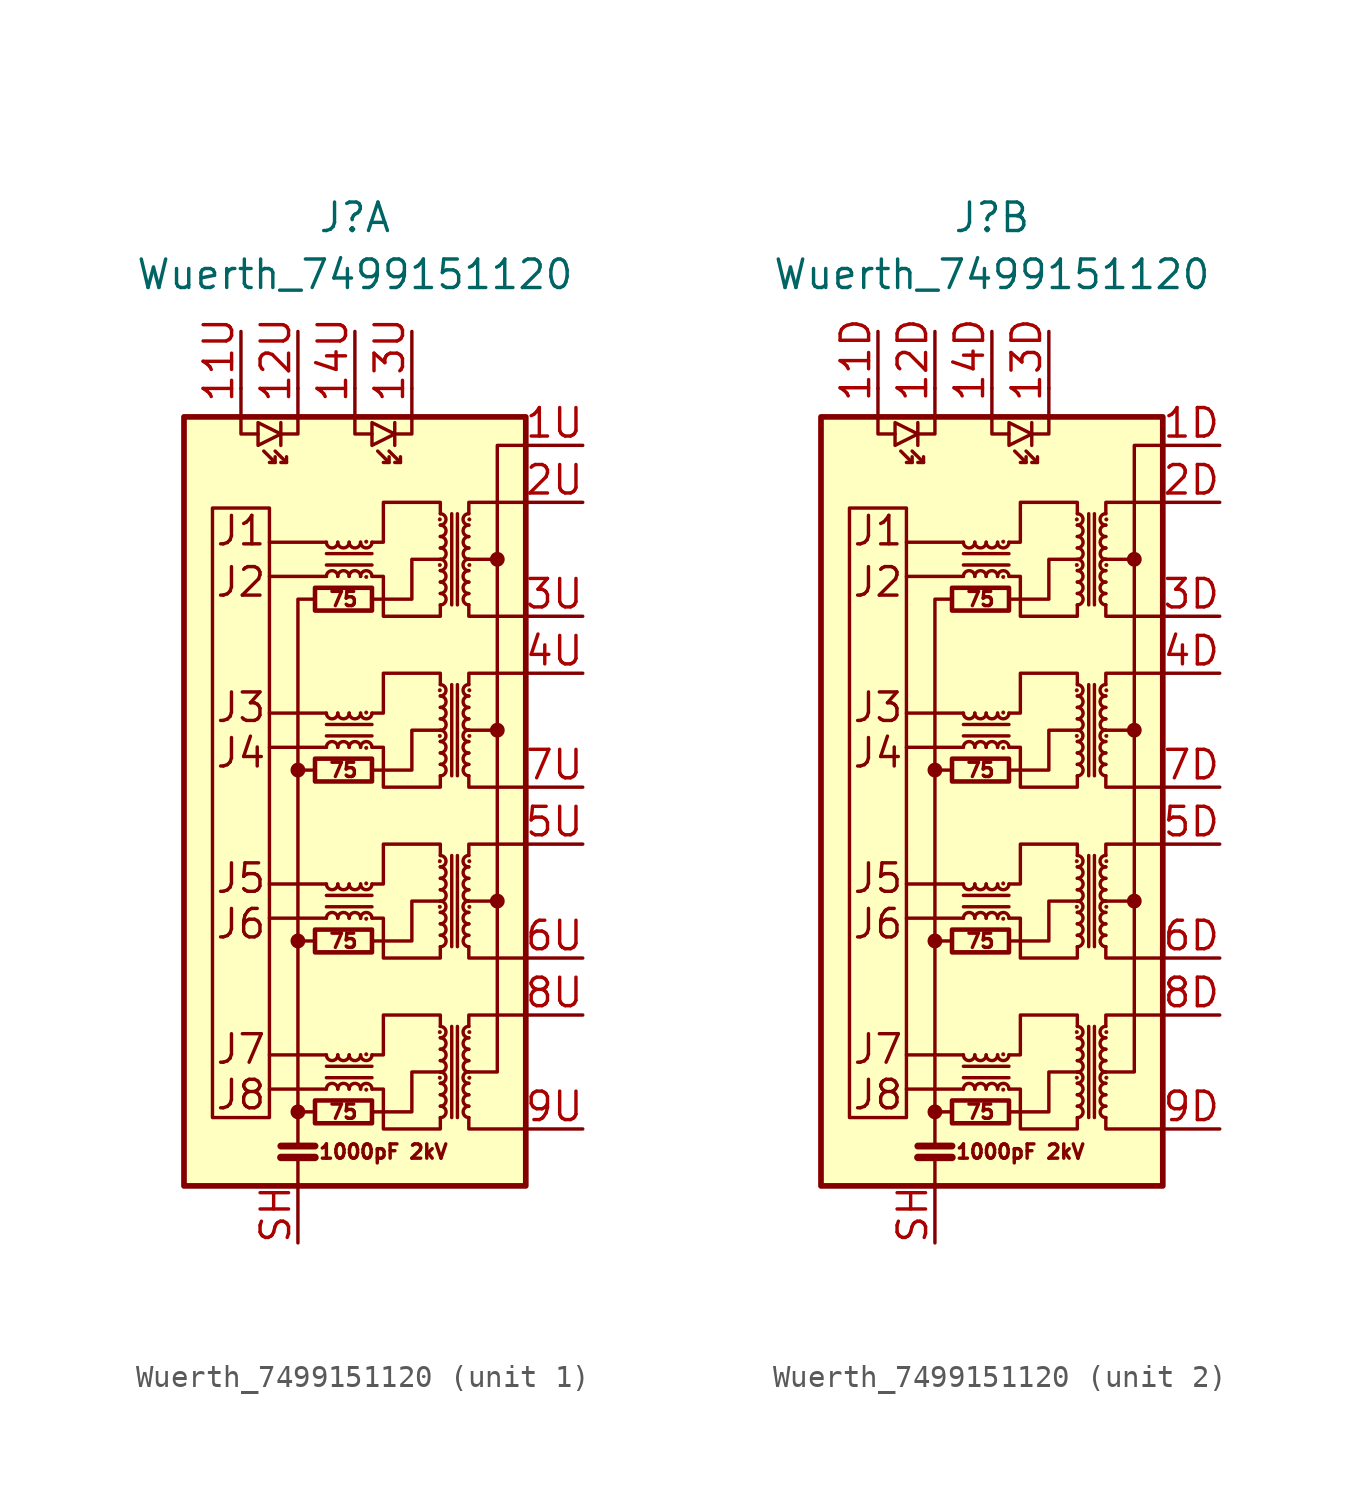
<source format=kicad_sym>
(kicad_symbol_lib
  (version 20201005)
  (generator kicad_symbol_editor)
  (symbol "Connector:Wuerth_7499151120"
    (pin_names
      (offset 0.025) hide)
    (property "Reference" "J"
      (at 0 25.4 0)
      (effects (font (size 1.27 1.27))))
    (property "Value" "Wuerth_7499151120"
      (at 0 22.86 0)
      (effects (font (size 1.27 1.27))))
    (property "ki_locked" ""
      (at 0 0 0)
      (effects (font (size 1.27 1.27))))
    (symbol "Wuerth_7499151120_0_0"
      (text "1000pF 2kV" (at 1.27 -16.256 0) (effects (font (size 0.635 0.635))))
      (text "75" (at -0.508 -14.478 0) (effects (font (size 0.635 0.635))))
      (text "75" (at -0.508 -6.858 0) (effects (font (size 0.635 0.635))))
      (text "75" (at -0.508 0.762 0) (effects (font (size 0.635 0.635))))
      (text "75" (at -0.508 8.382 0) (effects (font (size 0.635 0.635))))
      (text "J1" (at -5.08 11.43 0) (effects (font (size 1.27 1.27))))
      (text "J2" (at -5.08 9.144 0) (effects (font (size 1.27 1.27))))
      (text "J3" (at -5.08 3.556 0) (effects (font (size 1.27 1.27))))
      (text "J4" (at -5.08 1.524 0) (effects (font (size 1.27 1.27))))
      (text "J5" (at -5.08 -4.064 0) (effects (font (size 1.27 1.27))))
      (text "J6" (at -5.08 -6.096 0) (effects (font (size 1.27 1.27))))
      (text "J7" (at -5.08 -11.684 0) (effects (font (size 1.27 1.27))))
      (text "J8" (at -5.08 -13.716 0) (effects (font (size 1.27 1.27))))
      (polyline (pts (xy -1.778 -14.478) (xy -2.54 -14.478)) (stroke (width 0)) (fill (type none)))
      (polyline (pts (xy -1.27 -13.462) (xy -3.81 -13.462)) (stroke (width 0)) (fill (type none)))
      (polyline (pts (xy -1.27 -11.938) (xy -3.81 -11.938)) (stroke (width 0)) (fill (type none)))
      (polyline (pts (xy -1.27 -5.842) (xy -3.81 -5.842)) (stroke (width 0)) (fill (type none)))
      (polyline (pts (xy -1.27 -4.318) (xy -3.81 -4.318)) (stroke (width 0)) (fill (type none)))
      (polyline (pts (xy -1.27 1.778) (xy -3.81 1.778)) (stroke (width 0)) (fill (type none)))
      (polyline (pts (xy -1.27 3.302) (xy -3.81 3.302)) (stroke (width 0)) (fill (type none)))
      (polyline (pts (xy -1.27 9.398) (xy -3.81 9.398)) (stroke (width 0)) (fill (type none)))
      (polyline (pts (xy -1.27 10.922) (xy -3.81 10.922)) (stroke (width 0)) (fill (type none)))
      (polyline (pts (xy 5.08 2.54) (xy 6.35 2.54)) (stroke (width 0)) (fill (type none)))
      (polyline (pts (xy 6.35 -5.08) (xy 5.08 -5.08)) (stroke (width 0)) (fill (type none)))
      (polyline (pts (xy 6.35 10.16) (xy 5.08 10.16)) (stroke (width 0)) (fill (type none)))
      (polyline (pts (xy 0.762 -14.478) (xy 2.54 -14.478) (xy 2.54 -12.7) (xy 3.81 -12.7)) (stroke (width 0)) (fill (type none)))
      (polyline (pts (xy 0.762 -6.858) (xy 2.54 -6.858) (xy 2.54 -5.08) (xy 3.81 -5.08)) (stroke (width 0)) (fill (type none)))
      (polyline (pts (xy 0.762 0.762) (xy 2.54 0.762) (xy 2.54 2.54) (xy 3.81 2.54)) (stroke (width 0)) (fill (type none)))
      (polyline (pts (xy 0.762 8.382) (xy 2.54 8.382) (xy 2.54 10.16) (xy 3.81 10.16)) (stroke (width 0)) (fill (type none))))
    (symbol "Wuerth_7499151120_0_1"
      (arc (start -0.762 -13.462) (end -1.27 -13.462) (radius (at -1.016 -13.462) (length 0.254) (angles 0.1 179.9)) (stroke (width 0)) (fill (type none)))
      (arc (start -1.27 -11.938) (end -0.762 -11.938) (radius (at -1.016 -11.938) (length 0.254) (angles -179.9 -0.1)) (stroke (width 0)) (fill (type none)))
      (arc (start -0.762 -5.842) (end -1.27 -5.842) (radius (at -1.016 -5.842) (length 0.254) (angles 0.1 179.9)) (stroke (width 0)) (fill (type none)))
      (arc (start -1.27 -4.318) (end -0.762 -4.318) (radius (at -1.016 -4.318) (length 0.254) (angles -179.9 -0.1)) (stroke (width 0)) (fill (type none)))
      (arc (start -0.762 1.778) (end -1.27 1.778) (radius (at -1.016 1.778) (length 0.254) (angles 0.1 179.9)) (stroke (width 0)) (fill (type none)))
      (arc (start -1.27 3.302) (end -0.762 3.302) (radius (at -1.016 3.302) (length 0.254) (angles -179.9 -0.1)) (stroke (width 0)) (fill (type none)))
      (arc (start -0.762 9.398) (end -1.27 9.398) (radius (at -1.016 9.398) (length 0.254) (angles 0.1 179.9)) (stroke (width 0)) (fill (type none)))
      (arc (start -1.27 10.922) (end -0.762 10.922) (radius (at -1.016 10.922) (length 0.254) (angles -179.9 -0.1)) (stroke (width 0)) (fill (type none)))
      (arc (start -0.254 -13.462) (end -0.762 -13.462) (radius (at -0.508 -13.462) (length 0.254) (angles 0.1 179.9)) (stroke (width 0)) (fill (type none)))
      (arc (start -0.762 -11.938) (end -0.254 -11.938) (radius (at -0.508 -11.938) (length 0.254) (angles -179.9 -0.1)) (stroke (width 0)) (fill (type none)))
      (arc (start -0.254 -5.842) (end -0.762 -5.842) (radius (at -0.508 -5.842) (length 0.254) (angles 0.1 179.9)) (stroke (width 0)) (fill (type none)))
      (arc (start -0.762 -4.318) (end -0.254 -4.318) (radius (at -0.508 -4.318) (length 0.254) (angles -179.9 -0.1)) (stroke (width 0)) (fill (type none)))
      (arc (start -0.254 1.778) (end -0.762 1.778) (radius (at -0.508 1.778) (length 0.254) (angles 0.1 179.9)) (stroke (width 0)) (fill (type none)))
      (arc (start -0.762 3.302) (end -0.254 3.302) (radius (at -0.508 3.302) (length 0.254) (angles -179.9 -0.1)) (stroke (width 0)) (fill (type none)))
      (arc (start -0.254 9.398) (end -0.762 9.398) (radius (at -0.508 9.398) (length 0.254) (angles 0.1 179.9)) (stroke (width 0)) (fill (type none)))
      (arc (start -0.762 10.922) (end -0.254 10.922) (radius (at -0.508 10.922) (length 0.254) (angles -179.9 -0.1)) (stroke (width 0)) (fill (type none)))
      (arc (start 0.254 -13.462) (end -0.254 -13.462) (radius (at 0 -13.462) (length 0.254) (angles 0.1 179.9)) (stroke (width 0)) (fill (type none)))
      (arc (start -0.254 -11.938) (end 0.254 -11.938) (radius (at 0 -11.938) (length 0.254) (angles -179.9 -0.1)) (stroke (width 0)) (fill (type none)))
      (arc (start 0.254 -5.842) (end -0.254 -5.842) (radius (at 0 -5.842) (length 0.254) (angles 0.1 179.9)) (stroke (width 0)) (fill (type none)))
      (arc (start -0.254 -4.318) (end 0.254 -4.318) (radius (at 0 -4.318) (length 0.254) (angles -179.9 -0.1)) (stroke (width 0)) (fill (type none)))
      (arc (start 0.254 1.778) (end -0.254 1.778) (radius (at 0 1.778) (length 0.254) (angles 0.1 179.9)) (stroke (width 0)) (fill (type none)))
      (arc (start -0.254 3.302) (end 0.254 3.302) (radius (at 0 3.302) (length 0.254) (angles -179.9 -0.1)) (stroke (width 0)) (fill (type none)))
      (arc (start 0.254 9.398) (end -0.254 9.398) (radius (at 0 9.398) (length 0.254) (angles 0.1 179.9)) (stroke (width 0)) (fill (type none)))
      (arc (start -0.254 10.922) (end 0.254 10.922) (radius (at 0 10.922) (length 0.254) (angles -179.9 -0.1)) (stroke (width 0)) (fill (type none)))
      (arc (start 0.762 -13.462) (end 0.254 -13.462) (radius (at 0.508 -13.462) (length 0.254) (angles 0.1 179.9)) (stroke (width 0)) (fill (type none)))
      (arc (start 0.254 -11.938) (end 0.762 -11.938) (radius (at 0.508 -11.938) (length 0.254) (angles -179.9 -0.1)) (stroke (width 0)) (fill (type none)))
      (arc (start 0.762 -5.842) (end 0.254 -5.842) (radius (at 0.508 -5.842) (length 0.254) (angles 0.1 179.9)) (stroke (width 0)) (fill (type none)))
      (arc (start 0.254 -4.318) (end 0.762 -4.318) (radius (at 0.508 -4.318) (length 0.254) (angles -179.9 -0.1)) (stroke (width 0)) (fill (type none)))
      (arc (start 0.762 1.778) (end 0.254 1.778) (radius (at 0.508 1.778) (length 0.254) (angles 0.1 179.9)) (stroke (width 0)) (fill (type none)))
      (arc (start 0.254 3.302) (end 0.762 3.302) (radius (at 0.508 3.302) (length 0.254) (angles -179.9 -0.1)) (stroke (width 0)) (fill (type none)))
      (arc (start 0.762 9.398) (end 0.254 9.398) (radius (at 0.508 9.398) (length 0.254) (angles 0.1 179.9)) (stroke (width 0)) (fill (type none)))
      (arc (start 0.254 10.922) (end 0.762 10.922) (radius (at 0.508 10.922) (length 0.254) (angles -179.9 -0.1)) (stroke (width 0)) (fill (type none)))
      (arc (start 3.81 -14.732) (end 3.81 -14.224) (radius (at 3.81 -14.478) (length 0.254) (angles -89.9 89.9)) (stroke (width 0)) (fill (type none)))
      (arc (start 3.81 -14.224) (end 3.81 -13.716) (radius (at 3.81 -13.97) (length 0.254) (angles -89.9 89.9)) (stroke (width 0)) (fill (type none)))
      (arc (start 3.81 -13.716) (end 3.81 -13.208) (radius (at 3.81 -13.462) (length 0.254) (angles -89.9 89.9)) (stroke (width 0)) (fill (type none)))
      (arc (start 3.81 -13.208) (end 3.81 -12.7) (radius (at 3.81 -12.954) (length 0.254) (angles -89.9 89.9)) (stroke (width 0)) (fill (type none)))
      (arc (start 3.81 -12.7) (end 3.81 -12.192) (radius (at 3.81 -12.446) (length 0.254) (angles -89.9 89.9)) (stroke (width 0)) (fill (type none)))
      (arc (start 3.81 -12.192) (end 3.81 -11.684) (radius (at 3.81 -11.938) (length 0.254) (angles -89.9 89.9)) (stroke (width 0)) (fill (type none)))
      (arc (start 3.81 -11.684) (end 3.81 -11.176) (radius (at 3.81 -11.43) (length 0.254) (angles -89.9 89.9)) (stroke (width 0)) (fill (type none)))
      (arc (start 3.81 -11.176) (end 3.81 -10.668) (radius (at 3.81 -10.922) (length 0.254) (angles -89.9 89.9)) (stroke (width 0)) (fill (type none)))
      (arc (start 3.81 -7.112) (end 3.81 -6.604) (radius (at 3.81 -6.858) (length 0.254) (angles -89.9 89.9)) (stroke (width 0)) (fill (type none)))
      (arc (start 3.81 -6.604) (end 3.81 -6.096) (radius (at 3.81 -6.35) (length 0.254) (angles -89.9 89.9)) (stroke (width 0)) (fill (type none)))
      (arc (start 3.81 -6.096) (end 3.81 -5.588) (radius (at 3.81 -5.842) (length 0.254) (angles -89.9 89.9)) (stroke (width 0)) (fill (type none)))
      (arc (start 3.81 -5.588) (end 3.81 -5.08) (radius (at 3.81 -5.334) (length 0.254) (angles -89.9 89.9)) (stroke (width 0)) (fill (type none)))
      (arc (start 3.81 -5.08) (end 3.81 -4.572) (radius (at 3.81 -4.826) (length 0.254) (angles -89.9 89.9)) (stroke (width 0)) (fill (type none)))
      (arc (start 3.81 -4.572) (end 3.81 -4.064) (radius (at 3.81 -4.318) (length 0.254) (angles -89.9 89.9)) (stroke (width 0)) (fill (type none)))
      (arc (start 3.81 -4.064) (end 3.81 -3.556) (radius (at 3.81 -3.81) (length 0.254) (angles -89.9 89.9)) (stroke (width 0)) (fill (type none)))
      (arc (start 3.81 -3.556) (end 3.81 -3.048) (radius (at 3.81 -3.302) (length 0.254) (angles -89.9 89.9)) (stroke (width 0)) (fill (type none)))
      (arc (start 3.81 0.508) (end 3.81 1.016) (radius (at 3.81 0.762) (length 0.254) (angles -89.9 89.9)) (stroke (width 0)) (fill (type none)))
      (arc (start 3.81 1.016) (end 3.81 1.524) (radius (at 3.81 1.27) (length 0.254) (angles -89.9 89.9)) (stroke (width 0)) (fill (type none)))
      (arc (start 3.81 1.524) (end 3.81 2.032) (radius (at 3.81 1.778) (length 0.254) (angles -89.9 89.9)) (stroke (width 0)) (fill (type none)))
      (arc (start 3.81 2.032) (end 3.81 2.54) (radius (at 3.81 2.286) (length 0.254) (angles -89.9 89.9)) (stroke (width 0)) (fill (type none)))
      (arc (start 3.81 2.54) (end 3.81 3.048) (radius (at 3.81 2.794) (length 0.254) (angles -89.9 89.9)) (stroke (width 0)) (fill (type none)))
      (arc (start 3.81 3.048) (end 3.81 3.556) (radius (at 3.81 3.302) (length 0.254) (angles -89.9 89.9)) (stroke (width 0)) (fill (type none)))
      (arc (start 3.81 3.556) (end 3.81 4.064) (radius (at 3.81 3.81) (length 0.254) (angles -89.9 89.9)) (stroke (width 0)) (fill (type none)))
      (arc (start 3.81 4.064) (end 3.81 4.572) (radius (at 3.81 4.318) (length 0.254) (angles -89.9 89.9)) (stroke (width 0)) (fill (type none)))
      (arc (start 3.81 8.128) (end 3.81 8.636) (radius (at 3.81 8.382) (length 0.254) (angles -89.9 89.9)) (stroke (width 0)) (fill (type none)))
      (arc (start 3.81 8.636) (end 3.81 9.144) (radius (at 3.81 8.89) (length 0.254) (angles -89.9 89.9)) (stroke (width 0)) (fill (type none)))
      (arc (start 3.81 9.144) (end 3.81 9.652) (radius (at 3.81 9.398) (length 0.254) (angles -89.9 89.9)) (stroke (width 0)) (fill (type none)))
      (arc (start 3.81 9.652) (end 3.81 10.16) (radius (at 3.81 9.906) (length 0.254) (angles -89.9 89.9)) (stroke (width 0)) (fill (type none)))
      (arc (start 3.81 10.16) (end 3.81 10.668) (radius (at 3.81 10.414) (length 0.254) (angles -89.9 89.9)) (stroke (width 0)) (fill (type none)))
      (arc (start 3.81 10.668) (end 3.81 11.176) (radius (at 3.81 10.922) (length 0.254) (angles -89.9 89.9)) (stroke (width 0)) (fill (type none)))
      (arc (start 3.81 11.176) (end 3.81 11.684) (radius (at 3.81 11.43) (length 0.254) (angles -89.9 89.9)) (stroke (width 0)) (fill (type none)))
      (arc (start 3.81 11.684) (end 3.81 12.192) (radius (at 3.81 11.938) (length 0.254) (angles -89.9 89.9)) (stroke (width 0)) (fill (type none)))
      (arc (start 5.08 -14.224) (end 5.08 -14.732) (radius (at 5.08 -14.478) (length 0.254) (angles 90.1 -90.1)) (stroke (width 0)) (fill (type none)))
      (arc (start 5.08 -13.716) (end 5.08 -14.224) (radius (at 5.08 -13.97) (length 0.254) (angles 90.1 -90.1)) (stroke (width 0)) (fill (type none)))
      (arc (start 5.08 -13.208) (end 5.08 -13.716) (radius (at 5.08 -13.462) (length 0.254) (angles 90.1 -90.1)) (stroke (width 0)) (fill (type none)))
      (arc (start 5.08 -12.7) (end 5.08 -13.208) (radius (at 5.08 -12.954) (length 0.254) (angles 90.1 -90.1)) (stroke (width 0)) (fill (type none)))
      (arc (start 5.08 -12.192) (end 5.08 -12.7) (radius (at 5.08 -12.446) (length 0.254) (angles 90.1 -90.1)) (stroke (width 0)) (fill (type none)))
      (arc (start 5.08 -11.684) (end 5.08 -12.192) (radius (at 5.08 -11.938) (length 0.254) (angles 90.1 -90.1)) (stroke (width 0)) (fill (type none)))
      (arc (start 5.08 -11.176) (end 5.08 -11.684) (radius (at 5.08 -11.43) (length 0.254) (angles 90.1 -90.1)) (stroke (width 0)) (fill (type none)))
      (arc (start 5.08 -10.668) (end 5.08 -11.176) (radius (at 5.08 -10.922) (length 0.254) (angles 90.1 -90.1)) (stroke (width 0)) (fill (type none)))
      (arc (start 5.08 -6.604) (end 5.08 -7.112) (radius (at 5.08 -6.858) (length 0.254) (angles 90.1 -90.1)) (stroke (width 0)) (fill (type none)))
      (arc (start 5.08 -6.096) (end 5.08 -6.604) (radius (at 5.08 -6.35) (length 0.254) (angles 90.1 -90.1)) (stroke (width 0)) (fill (type none)))
      (arc (start 5.08 -5.588) (end 5.08 -6.096) (radius (at 5.08 -5.842) (length 0.254) (angles 90.1 -90.1)) (stroke (width 0)) (fill (type none)))
      (arc (start 5.08 -5.08) (end 5.08 -5.588) (radius (at 5.08 -5.334) (length 0.254) (angles 90.1 -90.1)) (stroke (width 0)) (fill (type none)))
      (arc (start 5.08 -4.572) (end 5.08 -5.08) (radius (at 5.08 -4.826) (length 0.254) (angles 90.1 -90.1)) (stroke (width 0)) (fill (type none)))
      (arc (start 5.08 -4.064) (end 5.08 -4.572) (radius (at 5.08 -4.318) (length 0.254) (angles 90.1 -90.1)) (stroke (width 0)) (fill (type none)))
      (arc (start 5.08 -3.556) (end 5.08 -4.064) (radius (at 5.08 -3.81) (length 0.254) (angles 90.1 -90.1)) (stroke (width 0)) (fill (type none)))
      (arc (start 5.08 -3.048) (end 5.08 -3.556) (radius (at 5.08 -3.302) (length 0.254) (angles 90.1 -90.1)) (stroke (width 0)) (fill (type none)))
      (arc (start 5.08 1.016) (end 5.08 0.508) (radius (at 5.08 0.762) (length 0.254) (angles 90.1 -90.1)) (stroke (width 0)) (fill (type none)))
      (arc (start 5.08 1.524) (end 5.08 1.016) (radius (at 5.08 1.27) (length 0.254) (angles 90.1 -90.1)) (stroke (width 0)) (fill (type none)))
      (arc (start 5.08 2.032) (end 5.08 1.524) (radius (at 5.08 1.778) (length 0.254) (angles 90.1 -90.1)) (stroke (width 0)) (fill (type none)))
      (arc (start 5.08 2.54) (end 5.08 2.032) (radius (at 5.08 2.286) (length 0.254) (angles 90.1 -90.1)) (stroke (width 0)) (fill (type none)))
      (arc (start 5.08 3.048) (end 5.08 2.54) (radius (at 5.08 2.794) (length 0.254) (angles 90.1 -90.1)) (stroke (width 0)) (fill (type none)))
      (arc (start 5.08 3.556) (end 5.08 3.048) (radius (at 5.08 3.302) (length 0.254) (angles 90.1 -90.1)) (stroke (width 0)) (fill (type none)))
      (arc (start 5.08 4.064) (end 5.08 3.556) (radius (at 5.08 3.81) (length 0.254) (angles 90.1 -90.1)) (stroke (width 0)) (fill (type none)))
      (arc (start 5.08 4.572) (end 5.08 4.064) (radius (at 5.08 4.318) (length 0.254) (angles 90.1 -90.1)) (stroke (width 0)) (fill (type none)))
      (arc (start 5.08 8.636) (end 5.08 8.128) (radius (at 5.08 8.382) (length 0.254) (angles 90.1 -90.1)) (stroke (width 0)) (fill (type none)))
      (arc (start 5.08 9.144) (end 5.08 8.636) (radius (at 5.08 8.89) (length 0.254) (angles 90.1 -90.1)) (stroke (width 0)) (fill (type none)))
      (arc (start 5.08 9.652) (end 5.08 9.144) (radius (at 5.08 9.398) (length 0.254) (angles 90.1 -90.1)) (stroke (width 0)) (fill (type none)))
      (arc (start 5.08 10.16) (end 5.08 9.652) (radius (at 5.08 9.906) (length 0.254) (angles 90.1 -90.1)) (stroke (width 0)) (fill (type none)))
      (arc (start 5.08 10.668) (end 5.08 10.16) (radius (at 5.08 10.414) (length 0.254) (angles 90.1 -90.1)) (stroke (width 0)) (fill (type none)))
      (arc (start 5.08 11.176) (end 5.08 10.668) (radius (at 5.08 10.922) (length 0.254) (angles 90.1 -90.1)) (stroke (width 0)) (fill (type none)))
      (arc (start 5.08 11.684) (end 5.08 11.176) (radius (at 5.08 11.43) (length 0.254) (angles 90.1 -90.1)) (stroke (width 0)) (fill (type none)))
      (arc (start 5.08 12.192) (end 5.08 11.684) (radius (at 5.08 11.938) (length 0.254) (angles 90.1 -90.1)) (stroke (width 0)) (fill (type none)))
      (circle (center -2.54 -14.478) (radius 0.254) (stroke (width 0)) (fill (type outline)))
      (circle (center -2.54 -6.858) (radius 0.254) (stroke (width 0)) (fill (type outline)))
      (circle (center -2.54 0.762) (radius 0.254) (stroke (width 0)) (fill (type outline)))
      (circle (center 0.508 -13.487) (radius 0.076) (stroke (width 0.025)) (fill (type outline)))
      (circle (center 0.508 -11.913) (radius 0.076) (stroke (width 0.025)) (fill (type outline)))
      (circle (center 0.508 -5.867) (radius 0.076) (stroke (width 0.025)) (fill (type outline)))
      (circle (center 0.508 -4.293) (radius 0.076) (stroke (width 0.025)) (fill (type outline)))
      (circle (center 0.508 1.753) (radius 0.076) (stroke (width 0.025)) (fill (type outline)))
      (circle (center 0.508 3.327) (radius 0.076) (stroke (width 0.025)) (fill (type outline)))
      (circle (center 0.508 9.373) (radius 0.076) (stroke (width 0.025)) (fill (type outline)))
      (circle (center 0.508 10.947) (radius 0.076) (stroke (width 0.025)) (fill (type outline)))
      (circle (center 3.785 -12.954) (radius 0.076) (stroke (width 0.025)) (fill (type outline)))
      (circle (center 3.785 -10.922) (radius 0.076) (stroke (width 0.025)) (fill (type outline)))
      (circle (center 3.785 -5.334) (radius 0.076) (stroke (width 0.025)) (fill (type outline)))
      (circle (center 3.785 -3.302) (radius 0.076) (stroke (width 0.025)) (fill (type outline)))
      (circle (center 3.785 2.286) (radius 0.076) (stroke (width 0.025)) (fill (type outline)))
      (circle (center 3.785 4.318) (radius 0.076) (stroke (width 0.025)) (fill (type outline)))
      (circle (center 3.785 9.906) (radius 0.076) (stroke (width 0.025)) (fill (type outline)))
      (circle (center 3.785 11.938) (radius 0.076) (stroke (width 0.025)) (fill (type outline)))
      (circle (center 5.105 -12.954) (radius 0.076) (stroke (width 0.025)) (fill (type outline)))
      (circle (center 5.105 -10.922) (radius 0.076) (stroke (width 0.025)) (fill (type outline)))
      (circle (center 5.105 -5.334) (radius 0.076) (stroke (width 0.025)) (fill (type outline)))
      (circle (center 5.105 -3.302) (radius 0.076) (stroke (width 0.025)) (fill (type outline)))
      (circle (center 5.105 2.286) (radius 0.076) (stroke (width 0.025)) (fill (type outline)))
      (circle (center 5.105 4.318) (radius 0.076) (stroke (width 0.025)) (fill (type outline)))
      (circle (center 5.105 9.906) (radius 0.076) (stroke (width 0.025)) (fill (type outline)))
      (circle (center 5.105 11.938) (radius 0.076) (stroke (width 0.025)) (fill (type outline)))
      (circle (center 6.35 -5.08) (radius 0.254) (stroke (width 0)) (fill (type outline)))
      (circle (center 6.35 2.54) (radius 0.254) (stroke (width 0)) (fill (type outline)))
      (circle (center 6.35 10.16) (radius 0.254) (stroke (width 0)) (fill (type outline)))
      (rectangle (start -3.81 -14.732) (end -6.35 12.446) (stroke (width 0)) (fill (type none)))
      (rectangle (start -1.778 -14.986) (end 0.762 -13.97) (stroke (width 0.203)) (fill (type none)))
      (rectangle (start -1.778 -7.366) (end 0.762 -6.35) (stroke (width 0.203)) (fill (type none)))
      (rectangle (start -1.778 0.254) (end 0.762 1.27) (stroke (width 0.203)) (fill (type none)))
      (rectangle (start -1.778 7.874) (end 0.762 8.89) (stroke (width 0.203)) (fill (type none)))
      (rectangle (start 7.62 16.51) (end -7.62 -17.78) (stroke (width 0.254)) (fill (type background)))
      (polyline (pts (xy -3.556 14.478) (xy -4.064 14.986)) (stroke (width 0)) (fill (type none)))
      (polyline (pts (xy -3.302 -16.51) (xy -1.778 -16.51)) (stroke (width 0.33)) (fill (type none)))
      (polyline (pts (xy -3.302 -16.002) (xy -1.778 -16.002)) (stroke (width 0.305)) (fill (type none)))
      (polyline (pts (xy -3.302 16.256) (xy -3.302 15.24)) (stroke (width 0)) (fill (type none)))
      (polyline (pts (xy -3.048 14.478) (xy -3.556 14.986)) (stroke (width 0)) (fill (type none)))
      (polyline (pts (xy -2.54 -17.78) (xy -2.54 -16.51)) (stroke (width 0)) (fill (type none)))
      (polyline (pts (xy -2.54 0.762) (xy -1.778 0.762)) (stroke (width 0)) (fill (type none)))
      (polyline (pts (xy -1.778 -6.858) (xy -2.54 -6.858)) (stroke (width 0)) (fill (type none)))
      (polyline (pts (xy -1.27 -12.954) (xy 0.762 -12.954)) (stroke (width 0)) (fill (type none)))
      (polyline (pts (xy -1.27 -5.334) (xy 0.762 -5.334)) (stroke (width 0)) (fill (type none)))
      (polyline (pts (xy -1.27 2.286) (xy 0.762 2.286)) (stroke (width 0)) (fill (type none)))
      (polyline (pts (xy -1.27 9.906) (xy 0.762 9.906)) (stroke (width 0)) (fill (type none)))
      (polyline (pts (xy 0.762 -12.446) (xy -1.27 -12.446)) (stroke (width 0)) (fill (type none)))
      (polyline (pts (xy 0.762 -4.826) (xy -1.27 -4.826)) (stroke (width 0)) (fill (type none)))
      (polyline (pts (xy 0.762 2.794) (xy -1.27 2.794)) (stroke (width 0)) (fill (type none)))
      (polyline (pts (xy 0.762 10.414) (xy -1.27 10.414)) (stroke (width 0)) (fill (type none)))
      (polyline (pts (xy 1.524 14.478) (xy 1.016 14.986)) (stroke (width 0)) (fill (type none)))
      (polyline (pts (xy 1.778 16.256) (xy 1.778 15.24)) (stroke (width 0)) (fill (type none)))
      (polyline (pts (xy 2.032 14.478) (xy 1.524 14.986)) (stroke (width 0)) (fill (type none)))
      (polyline (pts (xy 4.318 -10.668) (xy 4.318 -14.732)) (stroke (width 0)) (fill (type none)))
      (polyline (pts (xy 4.318 -3.048) (xy 4.318 -7.112)) (stroke (width 0)) (fill (type none)))
      (polyline (pts (xy 4.318 4.572) (xy 4.318 0.508)) (stroke (width 0)) (fill (type none)))
      (polyline (pts (xy 4.318 12.192) (xy 4.318 8.128)) (stroke (width 0)) (fill (type none)))
      (polyline (pts (xy 4.572 -14.732) (xy 4.572 -10.668)) (stroke (width 0)) (fill (type none)))
      (polyline (pts (xy 4.572 -7.112) (xy 4.572 -3.048)) (stroke (width 0)) (fill (type none)))
      (polyline (pts (xy 4.572 0.508) (xy 4.572 4.572)) (stroke (width 0)) (fill (type none)))
      (polyline (pts (xy 4.572 8.128) (xy 4.572 12.192)) (stroke (width 0)) (fill (type none)))
      (polyline (pts (xy -5.08 17.78) (xy -5.08 15.748) (xy -4.318 15.748)) (stroke (width 0)) (fill (type none)))
      (polyline (pts (xy -3.556 14.732) (xy -3.556 14.478) (xy -3.81 14.478)) (stroke (width 0)) (fill (type none)))
      (polyline (pts (xy -3.048 14.732) (xy -3.048 14.478) (xy -3.302 14.478)) (stroke (width 0)) (fill (type none)))
      (polyline (pts (xy -2.54 -16.002) (xy -2.54 8.382) (xy -1.778 8.382)) (stroke (width 0)) (fill (type none)))
      (polyline (pts (xy -2.54 17.78) (xy -2.54 15.748) (xy -3.302 15.748)) (stroke (width 0)) (fill (type none)))
      (polyline (pts (xy 0 17.78) (xy 0 15.748) (xy 0.762 15.748)) (stroke (width 0)) (fill (type none)))
      (polyline (pts (xy 1.524 14.732) (xy 1.524 14.478) (xy 1.27 14.478)) (stroke (width 0)) (fill (type none)))
      (polyline (pts (xy 2.032 14.732) (xy 2.032 14.478) (xy 1.778 14.478)) (stroke (width 0)) (fill (type none)))
      (polyline (pts (xy 2.54 17.78) (xy 2.54 15.748) (xy 1.778 15.748)) (stroke (width 0)) (fill (type none)))
      (polyline (pts (xy 5.08 -14.732) (xy 5.08 -15.24) (xy 7.62 -15.24)) (stroke (width 0)) (fill (type none)))
      (polyline (pts (xy 5.08 -10.668) (xy 5.08 -10.16) (xy 7.62 -10.16)) (stroke (width 0)) (fill (type none)))
      (polyline (pts (xy 5.08 -7.112) (xy 5.08 -7.62) (xy 7.62 -7.62)) (stroke (width 0)) (fill (type none)))
      (polyline (pts (xy 5.08 -3.048) (xy 5.08 -2.54) (xy 7.62 -2.54)) (stroke (width 0)) (fill (type none)))
      (polyline (pts (xy 5.08 0.508) (xy 5.08 0) (xy 7.62 0)) (stroke (width 0)) (fill (type none)))
      (polyline (pts (xy 5.08 4.572) (xy 5.08 5.08) (xy 7.62 5.08)) (stroke (width 0)) (fill (type none)))
      (polyline (pts (xy 5.08 8.128) (xy 5.08 7.62) (xy 7.62 7.62)) (stroke (width 0)) (fill (type none)))
      (polyline (pts (xy 5.08 12.192) (xy 5.08 12.7) (xy 7.62 12.7)) (stroke (width 0)) (fill (type none)))
      (polyline (pts (xy -3.302 15.748) (xy -4.318 16.256) (xy -4.318 15.24) (xy -3.302 15.748)) (stroke (width 0)) (fill (type none)))
      (polyline (pts (xy 1.778 15.748) (xy 0.762 16.256) (xy 0.762 15.24) (xy 1.778 15.748)) (stroke (width 0)) (fill (type none)))
      (polyline (pts (xy 7.62 15.24) (xy 6.35 15.24) (xy 6.35 -12.7) (xy 5.08 -12.7)) (stroke (width 0)) (fill (type none)))
      (polyline (pts (xy 0.762 -11.938) (xy 1.27 -11.938) (xy 1.27 -10.16) (xy 3.81 -10.16) (xy 3.81 -10.668)) (stroke (width 0)) (fill (type none)))
      (polyline (pts (xy 0.762 -4.318) (xy 1.27 -4.318) (xy 1.27 -2.54) (xy 3.81 -2.54) (xy 3.81 -3.048)) (stroke (width 0)) (fill (type none)))
      (polyline (pts (xy 0.762 3.302) (xy 1.27 3.302) (xy 1.27 5.08) (xy 3.81 5.08) (xy 3.81 4.572)) (stroke (width 0)) (fill (type none)))
      (polyline (pts (xy 0.762 10.922) (xy 1.27 10.922) (xy 1.27 12.7) (xy 3.81 12.7) (xy 3.81 12.192)) (stroke (width 0)) (fill (type none)))
      (polyline (pts (xy 3.81 -14.732) (xy 3.81 -15.24) (xy 1.27 -15.24) (xy 1.27 -13.462) (xy 0.762 -13.462)) (stroke (width 0)) (fill (type none)))
      (polyline (pts (xy 3.81 -7.112) (xy 3.81 -7.62) (xy 1.27 -7.62) (xy 1.27 -5.842) (xy 0.762 -5.842)) (stroke (width 0)) (fill (type none)))
      (polyline (pts (xy 3.81 0.508) (xy 3.81 0) (xy 1.27 0) (xy 1.27 1.778) (xy 0.762 1.778)) (stroke (width 0)) (fill (type none)))
      (polyline (pts (xy 3.81 8.128) (xy 3.81 7.62) (xy 1.27 7.62) (xy 1.27 9.398) (xy 0.762 9.398)) (stroke (width 0)) (fill (type none)))
      (pin power_in line (at -2.54 -20.32 90) (length 2.54) (name "~" (effects (font (size 1.27 1.27)))) (number "SH" (effects (font (size 1.27 1.27))))))
    (symbol "Wuerth_7499151120_1_1"
      (pin no_connect line (at 0 -17.78 90) (length 2.54) hide (name "~" (effects (font (size 1.27 1.27)))) (number "10U" (effects (font (size 1.27 1.27)))))
      (pin passive line (at -5.08 20.32 270) (length 2.54) (name "~" (effects (font (size 1.27 1.27)))) (number "11U" (effects (font (size 1.27 1.27)))))
      (pin passive line (at -2.54 20.32 270) (length 2.54) (name "~" (effects (font (size 1.27 1.27)))) (number "12U" (effects (font (size 1.27 1.27)))))
      (pin passive line (at 2.54 20.32 270) (length 2.54) (name "~" (effects (font (size 1.27 1.27)))) (number "13U" (effects (font (size 1.27 1.27)))))
      (pin passive line (at 0 20.32 270) (length 2.54) (name "~" (effects (font (size 1.27 1.27)))) (number "14U" (effects (font (size 1.27 1.27)))))
      (pin passive line (at 10.16 15.24 180) (length 2.54) (name "~" (effects (font (size 1.27 1.27)))) (number "1U" (effects (font (size 1.27 1.27)))))
      (pin passive line (at 10.16 12.7 180) (length 2.54) (name "~" (effects (font (size 1.27 1.27)))) (number "2U" (effects (font (size 1.27 1.27)))))
      (pin passive line (at 10.16 7.62 180) (length 2.54) (name "~" (effects (font (size 1.27 1.27)))) (number "3U" (effects (font (size 1.27 1.27)))))
      (pin passive line (at 10.16 5.08 180) (length 2.54) (name "~" (effects (font (size 1.27 1.27)))) (number "4U" (effects (font (size 1.27 1.27)))))
      (pin passive line (at 10.16 -2.54 180) (length 2.54) (name "~" (effects (font (size 1.27 1.27)))) (number "5U" (effects (font (size 1.27 1.27)))))
      (pin passive line (at 10.16 -7.62 180) (length 2.54) (name "~" (effects (font (size 1.27 1.27)))) (number "6U" (effects (font (size 1.27 1.27)))))
      (pin passive line (at 10.16 0 180) (length 2.54) (name "~" (effects (font (size 1.27 1.27)))) (number "7U" (effects (font (size 1.27 1.27)))))
      (pin passive line (at 10.16 -10.16 180) (length 2.54) (name "~" (effects (font (size 1.27 1.27)))) (number "8U" (effects (font (size 1.27 1.27)))))
      (pin passive line (at 10.16 -15.24 180) (length 2.54) (name "~" (effects (font (size 1.27 1.27)))) (number "9U" (effects (font (size 1.27 1.27))))))
    (symbol "Wuerth_7499151120_2_1"
      (pin no_connect line (at 0 -17.78 90) (length 2.54) hide (name "~" (effects (font (size 1.27 1.27)))) (number "10D" (effects (font (size 1.27 1.27)))))
      (pin passive line (at -5.08 20.32 270) (length 2.54) (name "~" (effects (font (size 1.27 1.27)))) (number "11D" (effects (font (size 1.27 1.27)))))
      (pin passive line (at -2.54 20.32 270) (length 2.54) (name "~" (effects (font (size 1.27 1.27)))) (number "12D" (effects (font (size 1.27 1.27)))))
      (pin passive line (at 2.54 20.32 270) (length 2.54) (name "~" (effects (font (size 1.27 1.27)))) (number "13D" (effects (font (size 1.27 1.27)))))
      (pin passive line (at 0 20.32 270) (length 2.54) (name "~" (effects (font (size 1.27 1.27)))) (number "14D" (effects (font (size 1.27 1.27)))))
      (pin passive line (at 10.16 15.24 180) (length 2.54) (name "~" (effects (font (size 1.27 1.27)))) (number "1D" (effects (font (size 1.27 1.27)))))
      (pin passive line (at 10.16 12.7 180) (length 2.54) (name "~" (effects (font (size 1.27 1.27)))) (number "2D" (effects (font (size 1.27 1.27)))))
      (pin passive line (at 10.16 7.62 180) (length 2.54) (name "~" (effects (font (size 1.27 1.27)))) (number "3D" (effects (font (size 1.27 1.27)))))
      (pin passive line (at 10.16 5.08 180) (length 2.54) (name "~" (effects (font (size 1.27 1.27)))) (number "4D" (effects (font (size 1.27 1.27)))))
      (pin passive line (at 10.16 -2.54 180) (length 2.54) (name "~" (effects (font (size 1.27 1.27)))) (number "5D" (effects (font (size 1.27 1.27)))))
      (pin passive line (at 10.16 -7.62 180) (length 2.54) (name "~" (effects (font (size 1.27 1.27)))) (number "6D" (effects (font (size 1.27 1.27)))))
      (pin passive line (at 10.16 0 180) (length 2.54) (name "~" (effects (font (size 1.27 1.27)))) (number "7D" (effects (font (size 1.27 1.27)))))
      (pin passive line (at 10.16 -10.16 180) (length 2.54) (name "~" (effects (font (size 1.27 1.27)))) (number "8D" (effects (font (size 1.27 1.27)))))
      (pin passive line (at 10.16 -15.24 180) (length 2.54) (name "~" (effects (font (size 1.27 1.27)))) (number "9D" (effects (font (size 1.27 1.27))))))))
</source>
